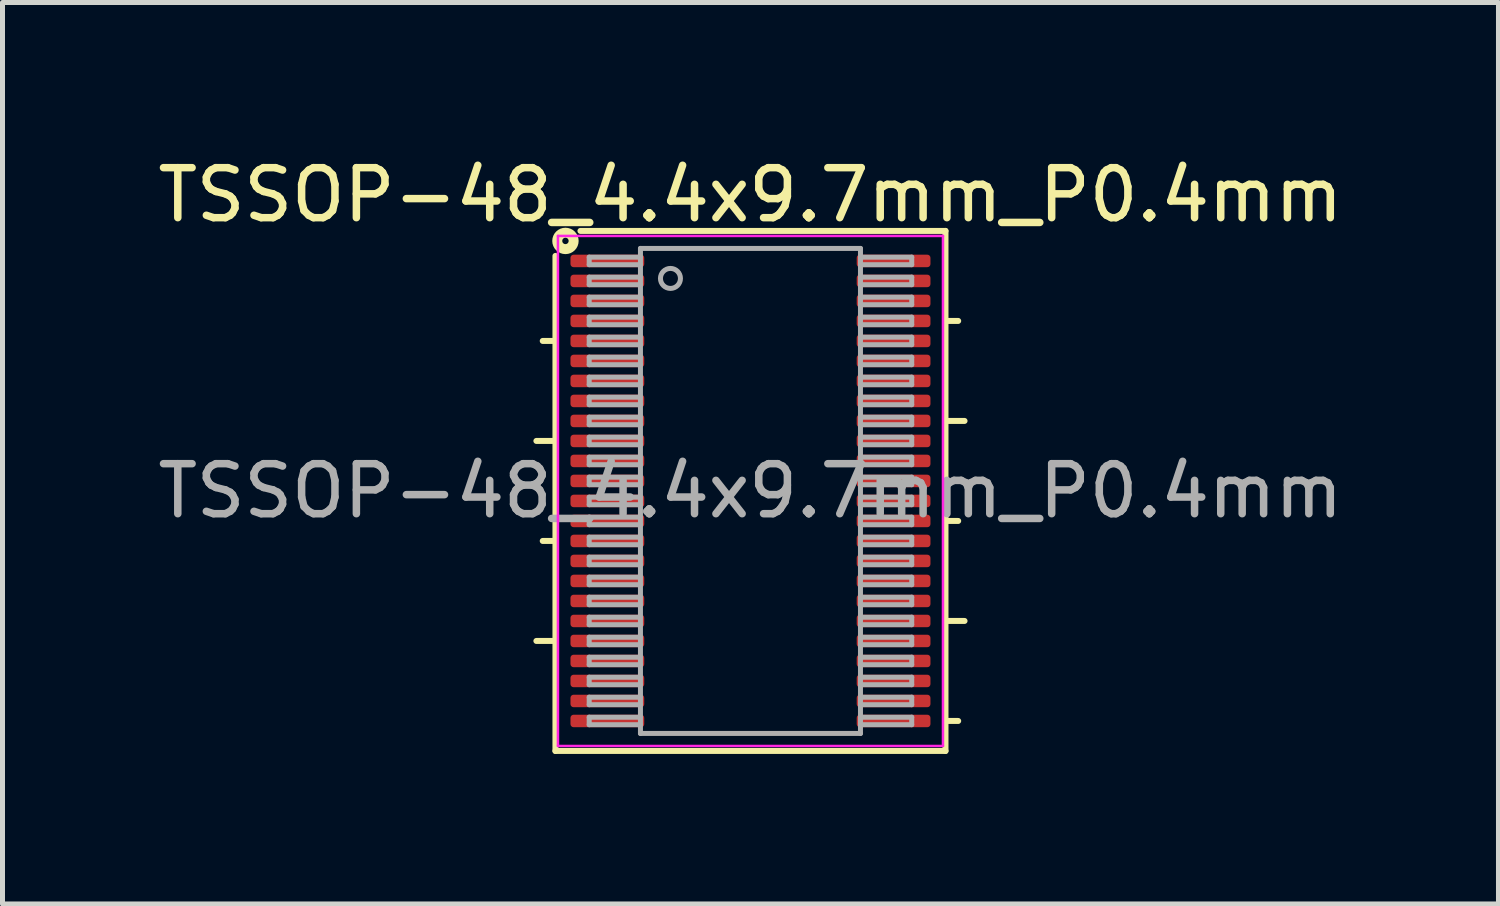
<source format=kicad_pcb>
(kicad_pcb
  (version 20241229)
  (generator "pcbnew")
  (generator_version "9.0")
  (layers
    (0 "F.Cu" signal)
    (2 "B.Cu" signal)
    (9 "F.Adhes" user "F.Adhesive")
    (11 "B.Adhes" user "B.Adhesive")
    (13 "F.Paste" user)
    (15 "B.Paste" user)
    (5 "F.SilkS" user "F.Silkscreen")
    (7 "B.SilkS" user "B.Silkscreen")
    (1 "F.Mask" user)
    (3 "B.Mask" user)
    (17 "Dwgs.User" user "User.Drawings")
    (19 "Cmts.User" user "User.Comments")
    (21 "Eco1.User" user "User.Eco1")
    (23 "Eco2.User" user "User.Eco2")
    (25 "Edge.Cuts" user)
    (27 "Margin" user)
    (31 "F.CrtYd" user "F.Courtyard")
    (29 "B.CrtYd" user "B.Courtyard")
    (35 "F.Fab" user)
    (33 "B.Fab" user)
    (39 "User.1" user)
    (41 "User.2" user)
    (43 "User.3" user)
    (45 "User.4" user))
  (footprint "TSSOP-48_4.4x9.7mm_P0.4mm"
    (layer "F.Cu")
    (at 11.958 6.768)
    (property "Reference" "TSSOP-48_4.4x9.7mm_P0.4mm" (at 0 -5.92 0) (layer "F.SilkS") (effects (font (size 1 1) (thickness 0.15))))
    (attr smd)
    (fp_line (start -4.281 -1) (end -3.9 -1) (stroke (width 0.12) (type solid)) (layer "F.SilkS"))
    (fp_line (start -4.281 3) (end -3.9 3) (stroke (width 0.12) (type solid)) (layer "F.SilkS"))
    (fp_line (start -4.154 -3) (end -3.9 -3) (stroke (width 0.12) (type solid)) (layer "F.SilkS"))
    (fp_line (start -4.154 1) (end -3.9 1) (stroke (width 0.12) (type solid)) (layer "F.SilkS"))
    (fp_line (start -3.9 -4.7) (end -3.9 5.2) (stroke (width 0.12) (type solid)) (layer "F.SilkS"))
    (fp_line (start -3.9 5.2) (end 3.9 5.2) (stroke (width 0.12) (type solid)) (layer "F.SilkS"))
    (fp_line (start 3.9 -5.2) (end -3.4 -5.2) (stroke (width 0.12) (type solid)) (layer "F.SilkS"))
    (fp_line (start 3.9 -3.4) (end 4.154 -3.4) (stroke (width 0.12) (type solid)) (layer "F.SilkS"))
    (fp_line (start 3.9 -1.4) (end 4.281 -1.4) (stroke (width 0.12) (type solid)) (layer "F.SilkS"))
    (fp_line (start 3.9 0.6) (end 4.154 0.6) (stroke (width 0.12) (type solid)) (layer "F.SilkS"))
    (fp_line (start 3.9 2.6) (end 4.281 2.6) (stroke (width 0.12) (type solid)) (layer "F.SilkS"))
    (fp_line (start 3.9 4.6) (end 4.154 4.6) (stroke (width 0.12) (type solid)) (layer "F.SilkS"))
    (fp_line (start 3.9 5.2) (end 3.9 -5.2) (stroke (width 0.12) (type solid)) (layer "F.SilkS"))
    (fp_circle (center -3.7 -5) (end -3.636 -5) (stroke (width 0.2) (type solid)) (fill no) (layer "F.SilkS"))
    (fp_line (start -3.85 -5.1) (end -3.85 5.1) (stroke (width 0.05) (type solid)) (layer "F.CrtYd"))
    (fp_line (start -3.85 5.1) (end 3.85 5.1) (stroke (width 0.05) (type solid)) (layer "F.CrtYd"))
    (fp_line (start 3.85 -5.1) (end -3.85 -5.1) (stroke (width 0.05) (type solid)) (layer "F.CrtYd"))
    (fp_line (start 3.85 5.1) (end 3.85 -5.1) (stroke (width 0.05) (type solid)) (layer "F.CrtYd"))
    (fp_line (start -3.225 -4.675) (end -3.225 -4.525) (stroke (width 0.1) (type solid)) (layer "F.Fab"))
    (fp_line (start -3.225 -4.525) (end -2.2 -4.525) (stroke (width 0.1) (type solid)) (layer "F.Fab"))
    (fp_line (start -3.225 -4.275) (end -3.225 -4.125) (stroke (width 0.1) (type solid)) (layer "F.Fab"))
    (fp_line (start -3.225 -4.125) (end -2.2 -4.125) (stroke (width 0.1) (type solid)) (layer "F.Fab"))
    (fp_line (start -3.225 -3.875) (end -3.225 -3.725) (stroke (width 0.1) (type solid)) (layer "F.Fab"))
    (fp_line (start -3.225 -3.725) (end -2.2 -3.725) (stroke (width 0.1) (type solid)) (layer "F.Fab"))
    (fp_line (start -3.225 -3.475) (end -3.225 -3.325) (stroke (width 0.1) (type solid)) (layer "F.Fab"))
    (fp_line (start -3.225 -3.325) (end -2.2 -3.325) (stroke (width 0.1) (type solid)) (layer "F.Fab"))
    (fp_line (start -3.225 -3.075) (end -3.225 -2.925) (stroke (width 0.1) (type solid)) (layer "F.Fab"))
    (fp_line (start -3.225 -2.925) (end -2.2 -2.925) (stroke (width 0.1) (type solid)) (layer "F.Fab"))
    (fp_line (start -3.225 -2.675) (end -3.225 -2.525) (stroke (width 0.1) (type solid)) (layer "F.Fab"))
    (fp_line (start -3.225 -2.525) (end -2.2 -2.525) (stroke (width 0.1) (type solid)) (layer "F.Fab"))
    (fp_line (start -3.225 -2.275) (end -3.225 -2.125) (stroke (width 0.1) (type solid)) (layer "F.Fab"))
    (fp_line (start -3.225 -2.125) (end -2.2 -2.125) (stroke (width 0.1) (type solid)) (layer "F.Fab"))
    (fp_line (start -3.225 -1.875) (end -3.225 -1.725) (stroke (width 0.1) (type solid)) (layer "F.Fab"))
    (fp_line (start -3.225 -1.725) (end -2.2 -1.725) (stroke (width 0.1) (type solid)) (layer "F.Fab"))
    (fp_line (start -3.225 -1.475) (end -3.225 -1.325) (stroke (width 0.1) (type solid)) (layer "F.Fab"))
    (fp_line (start -3.225 -1.325) (end -2.2 -1.325) (stroke (width 0.1) (type solid)) (layer "F.Fab"))
    (fp_line (start -3.225 -1.075) (end -3.225 -0.925) (stroke (width 0.1) (type solid)) (layer "F.Fab"))
    (fp_line (start -3.225 -0.925) (end -2.2 -0.925) (stroke (width 0.1) (type solid)) (layer "F.Fab"))
    (fp_line (start -3.225 -0.675) (end -3.225 -0.525) (stroke (width 0.1) (type solid)) (layer "F.Fab"))
    (fp_line (start -3.225 -0.525) (end -2.2 -0.525) (stroke (width 0.1) (type solid)) (layer "F.Fab"))
    (fp_line (start -3.225 -0.275) (end -3.225 -0.125) (stroke (width 0.1) (type solid)) (layer "F.Fab"))
    (fp_line (start -3.225 -0.125) (end -2.2 -0.125) (stroke (width 0.1) (type solid)) (layer "F.Fab"))
    (fp_line (start -3.225 0.125) (end -3.225 0.275) (stroke (width 0.1) (type solid)) (layer "F.Fab"))
    (fp_line (start -3.225 0.275) (end -2.2 0.275) (stroke (width 0.1) (type solid)) (layer "F.Fab"))
    (fp_line (start -3.225 0.525) (end -3.225 0.675) (stroke (width 0.1) (type solid)) (layer "F.Fab"))
    (fp_line (start -3.225 0.675) (end -2.2 0.675) (stroke (width 0.1) (type solid)) (layer "F.Fab"))
    (fp_line (start -3.225 0.925) (end -3.225 1.075) (stroke (width 0.1) (type solid)) (layer "F.Fab"))
    (fp_line (start -3.225 1.075) (end -2.2 1.075) (stroke (width 0.1) (type solid)) (layer "F.Fab"))
    (fp_line (start -3.225 1.325) (end -3.225 1.475) (stroke (width 0.1) (type solid)) (layer "F.Fab"))
    (fp_line (start -3.225 1.475) (end -2.2 1.475) (stroke (width 0.1) (type solid)) (layer "F.Fab"))
    (fp_line (start -3.225 1.725) (end -3.225 1.875) (stroke (width 0.1) (type solid)) (layer "F.Fab"))
    (fp_line (start -3.225 1.875) (end -2.2 1.875) (stroke (width 0.1) (type solid)) (layer "F.Fab"))
    (fp_line (start -3.225 2.125) (end -3.225 2.275) (stroke (width 0.1) (type solid)) (layer "F.Fab"))
    (fp_line (start -3.225 2.275) (end -2.2 2.275) (stroke (width 0.1) (type solid)) (layer "F.Fab"))
    (fp_line (start -3.225 2.525) (end -3.225 2.675) (stroke (width 0.1) (type solid)) (layer "F.Fab"))
    (fp_line (start -3.225 2.675) (end -2.2 2.675) (stroke (width 0.1) (type solid)) (layer "F.Fab"))
    (fp_line (start -3.225 2.925) (end -3.225 3.075) (stroke (width 0.1) (type solid)) (layer "F.Fab"))
    (fp_line (start -3.225 3.075) (end -2.2 3.075) (stroke (width 0.1) (type solid)) (layer "F.Fab"))
    (fp_line (start -3.225 3.325) (end -3.225 3.475) (stroke (width 0.1) (type solid)) (layer "F.Fab"))
    (fp_line (start -3.225 3.475) (end -2.2 3.475) (stroke (width 0.1) (type solid)) (layer "F.Fab"))
    (fp_line (start -3.225 3.725) (end -3.225 3.875) (stroke (width 0.1) (type solid)) (layer "F.Fab"))
    (fp_line (start -3.225 3.875) (end -2.2 3.875) (stroke (width 0.1) (type solid)) (layer "F.Fab"))
    (fp_line (start -3.225 4.125) (end -3.225 4.275) (stroke (width 0.1) (type solid)) (layer "F.Fab"))
    (fp_line (start -3.225 4.275) (end -2.2 4.275) (stroke (width 0.1) (type solid)) (layer "F.Fab"))
    (fp_line (start -3.225 4.525) (end -3.225 4.675) (stroke (width 0.1) (type solid)) (layer "F.Fab"))
    (fp_line (start -3.225 4.675) (end -2.2 4.675) (stroke (width 0.1) (type solid)) (layer "F.Fab"))
    (fp_line (start -2.2 -4.85) (end 2.2 -4.85) (stroke (width 0.1) (type solid)) (layer "F.Fab"))
    (fp_line (start -2.2 -4.675) (end -3.225 -4.675) (stroke (width 0.1) (type solid)) (layer "F.Fab"))
    (fp_line (start -2.2 -4.275) (end -3.225 -4.275) (stroke (width 0.1) (type solid)) (layer "F.Fab"))
    (fp_line (start -2.2 -3.875) (end -3.225 -3.875) (stroke (width 0.1) (type solid)) (layer "F.Fab"))
    (fp_line (start -2.2 -3.475) (end -3.225 -3.475) (stroke (width 0.1) (type solid)) (layer "F.Fab"))
    (fp_line (start -2.2 -3.075) (end -3.225 -3.075) (stroke (width 0.1) (type solid)) (layer "F.Fab"))
    (fp_line (start -2.2 -2.675) (end -3.225 -2.675) (stroke (width 0.1) (type solid)) (layer "F.Fab"))
    (fp_line (start -2.2 -2.275) (end -3.225 -2.275) (stroke (width 0.1) (type solid)) (layer "F.Fab"))
    (fp_line (start -2.2 -1.875) (end -3.225 -1.875) (stroke (width 0.1) (type solid)) (layer "F.Fab"))
    (fp_line (start -2.2 -1.475) (end -3.225 -1.475) (stroke (width 0.1) (type solid)) (layer "F.Fab"))
    (fp_line (start -2.2 -1.075) (end -3.225 -1.075) (stroke (width 0.1) (type solid)) (layer "F.Fab"))
    (fp_line (start -2.2 -0.675) (end -3.225 -0.675) (stroke (width 0.1) (type solid)) (layer "F.Fab"))
    (fp_line (start -2.2 -0.275) (end -3.225 -0.275) (stroke (width 0.1) (type solid)) (layer "F.Fab"))
    (fp_line (start -2.2 0.125) (end -3.225 0.125) (stroke (width 0.1) (type solid)) (layer "F.Fab"))
    (fp_line (start -2.2 0.525) (end -3.225 0.525) (stroke (width 0.1) (type solid)) (layer "F.Fab"))
    (fp_line (start -2.2 0.925) (end -3.225 0.925) (stroke (width 0.1) (type solid)) (layer "F.Fab"))
    (fp_line (start -2.2 1.325) (end -3.225 1.325) (stroke (width 0.1) (type solid)) (layer "F.Fab"))
    (fp_line (start -2.2 1.725) (end -3.225 1.725) (stroke (width 0.1) (type solid)) (layer "F.Fab"))
    (fp_line (start -2.2 2.125) (end -3.225 2.125) (stroke (width 0.1) (type solid)) (layer "F.Fab"))
    (fp_line (start -2.2 2.525) (end -3.225 2.525) (stroke (width 0.1) (type solid)) (layer "F.Fab"))
    (fp_line (start -2.2 2.925) (end -3.225 2.925) (stroke (width 0.1) (type solid)) (layer "F.Fab"))
    (fp_line (start -2.2 3.325) (end -3.225 3.325) (stroke (width 0.1) (type solid)) (layer "F.Fab"))
    (fp_line (start -2.2 3.725) (end -3.225 3.725) (stroke (width 0.1) (type solid)) (layer "F.Fab"))
    (fp_line (start -2.2 4.125) (end -3.225 4.125) (stroke (width 0.1) (type solid)) (layer "F.Fab"))
    (fp_line (start -2.2 4.525) (end -3.225 4.525) (stroke (width 0.1) (type solid)) (layer "F.Fab"))
    (fp_line (start -2.2 4.85) (end -2.2 -4.85) (stroke (width 0.1) (type solid)) (layer "F.Fab"))
    (fp_line (start 2.2 -4.85) (end 2.2 4.85) (stroke (width 0.1) (type solid)) (layer "F.Fab"))
    (fp_line (start 2.2 -4.525) (end 3.225 -4.525) (stroke (width 0.1) (type solid)) (layer "F.Fab"))
    (fp_line (start 2.2 -4.125) (end 3.225 -4.125) (stroke (width 0.1) (type solid)) (layer "F.Fab"))
    (fp_line (start 2.2 -3.725) (end 3.225 -3.725) (stroke (width 0.1) (type solid)) (layer "F.Fab"))
    (fp_line (start 2.2 -3.325) (end 3.225 -3.325) (stroke (width 0.1) (type solid)) (layer "F.Fab"))
    (fp_line (start 2.2 -2.925) (end 3.225 -2.925) (stroke (width 0.1) (type solid)) (layer "F.Fab"))
    (fp_line (start 2.2 -2.525) (end 3.225 -2.525) (stroke (width 0.1) (type solid)) (layer "F.Fab"))
    (fp_line (start 2.2 -2.125) (end 3.225 -2.125) (stroke (width 0.1) (type solid)) (layer "F.Fab"))
    (fp_line (start 2.2 -1.725) (end 3.225 -1.725) (stroke (width 0.1) (type solid)) (layer "F.Fab"))
    (fp_line (start 2.2 -1.325) (end 3.225 -1.325) (stroke (width 0.1) (type solid)) (layer "F.Fab"))
    (fp_line (start 2.2 -0.925) (end 3.225 -0.925) (stroke (width 0.1) (type solid)) (layer "F.Fab"))
    (fp_line (start 2.2 -0.525) (end 3.225 -0.525) (stroke (width 0.1) (type solid)) (layer "F.Fab"))
    (fp_line (start 2.2 -0.125) (end 3.225 -0.125) (stroke (width 0.1) (type solid)) (layer "F.Fab"))
    (fp_line (start 2.2 0.275) (end 3.225 0.275) (stroke (width 0.1) (type solid)) (layer "F.Fab"))
    (fp_line (start 2.2 0.675) (end 3.225 0.675) (stroke (width 0.1) (type solid)) (layer "F.Fab"))
    (fp_line (start 2.2 1.075) (end 3.225 1.075) (stroke (width 0.1) (type solid)) (layer "F.Fab"))
    (fp_line (start 2.2 1.475) (end 3.225 1.475) (stroke (width 0.1) (type solid)) (layer "F.Fab"))
    (fp_line (start 2.2 1.875) (end 3.225 1.875) (stroke (width 0.1) (type solid)) (layer "F.Fab"))
    (fp_line (start 2.2 2.275) (end 3.225 2.275) (stroke (width 0.1) (type solid)) (layer "F.Fab"))
    (fp_line (start 2.2 2.675) (end 3.225 2.675) (stroke (width 0.1) (type solid)) (layer "F.Fab"))
    (fp_line (start 2.2 3.075) (end 3.225 3.075) (stroke (width 0.1) (type solid)) (layer "F.Fab"))
    (fp_line (start 2.2 3.475) (end 3.225 3.475) (stroke (width 0.1) (type solid)) (layer "F.Fab"))
    (fp_line (start 2.2 3.875) (end 3.225 3.875) (stroke (width 0.1) (type solid)) (layer "F.Fab"))
    (fp_line (start 2.2 4.275) (end 3.225 4.275) (stroke (width 0.1) (type solid)) (layer "F.Fab"))
    (fp_line (start 2.2 4.675) (end 3.225 4.675) (stroke (width 0.1) (type solid)) (layer "F.Fab"))
    (fp_line (start 2.2 4.85) (end -2.2 4.85) (stroke (width 0.1) (type solid)) (layer "F.Fab"))
    (fp_line (start 3.225 -4.675) (end 2.2 -4.675) (stroke (width 0.1) (type solid)) (layer "F.Fab"))
    (fp_line (start 3.225 -4.525) (end 3.225 -4.675) (stroke (width 0.1) (type solid)) (layer "F.Fab"))
    (fp_line (start 3.225 -4.275) (end 2.2 -4.275) (stroke (width 0.1) (type solid)) (layer "F.Fab"))
    (fp_line (start 3.225 -4.125) (end 3.225 -4.275) (stroke (width 0.1) (type solid)) (layer "F.Fab"))
    (fp_line (start 3.225 -3.875) (end 2.2 -3.875) (stroke (width 0.1) (type solid)) (layer "F.Fab"))
    (fp_line (start 3.225 -3.725) (end 3.225 -3.875) (stroke (width 0.1) (type solid)) (layer "F.Fab"))
    (fp_line (start 3.225 -3.475) (end 2.2 -3.475) (stroke (width 0.1) (type solid)) (layer "F.Fab"))
    (fp_line (start 3.225 -3.325) (end 3.225 -3.475) (stroke (width 0.1) (type solid)) (layer "F.Fab"))
    (fp_line (start 3.225 -3.075) (end 2.2 -3.075) (stroke (width 0.1) (type solid)) (layer "F.Fab"))
    (fp_line (start 3.225 -2.925) (end 3.225 -3.075) (stroke (width 0.1) (type solid)) (layer "F.Fab"))
    (fp_line (start 3.225 -2.675) (end 2.2 -2.675) (stroke (width 0.1) (type solid)) (layer "F.Fab"))
    (fp_line (start 3.225 -2.525) (end 3.225 -2.675) (stroke (width 0.1) (type solid)) (layer "F.Fab"))
    (fp_line (start 3.225 -2.275) (end 2.2 -2.275) (stroke (width 0.1) (type solid)) (layer "F.Fab"))
    (fp_line (start 3.225 -2.125) (end 3.225 -2.275) (stroke (width 0.1) (type solid)) (layer "F.Fab"))
    (fp_line (start 3.225 -1.875) (end 2.2 -1.875) (stroke (width 0.1) (type solid)) (layer "F.Fab"))
    (fp_line (start 3.225 -1.725) (end 3.225 -1.875) (stroke (width 0.1) (type solid)) (layer "F.Fab"))
    (fp_line (start 3.225 -1.475) (end 2.2 -1.475) (stroke (width 0.1) (type solid)) (layer "F.Fab"))
    (fp_line (start 3.225 -1.325) (end 3.225 -1.475) (stroke (width 0.1) (type solid)) (layer "F.Fab"))
    (fp_line (start 3.225 -1.075) (end 2.2 -1.075) (stroke (width 0.1) (type solid)) (layer "F.Fab"))
    (fp_line (start 3.225 -0.925) (end 3.225 -1.075) (stroke (width 0.1) (type solid)) (layer "F.Fab"))
    (fp_line (start 3.225 -0.675) (end 2.2 -0.675) (stroke (width 0.1) (type solid)) (layer "F.Fab"))
    (fp_line (start 3.225 -0.525) (end 3.225 -0.675) (stroke (width 0.1) (type solid)) (layer "F.Fab"))
    (fp_line (start 3.225 -0.275) (end 2.2 -0.275) (stroke (width 0.1) (type solid)) (layer "F.Fab"))
    (fp_line (start 3.225 -0.125) (end 3.225 -0.275) (stroke (width 0.1) (type solid)) (layer "F.Fab"))
    (fp_line (start 3.225 0.125) (end 2.2 0.125) (stroke (width 0.1) (type solid)) (layer "F.Fab"))
    (fp_line (start 3.225 0.275) (end 3.225 0.125) (stroke (width 0.1) (type solid)) (layer "F.Fab"))
    (fp_line (start 3.225 0.525) (end 2.2 0.525) (stroke (width 0.1) (type solid)) (layer "F.Fab"))
    (fp_line (start 3.225 0.675) (end 3.225 0.525) (stroke (width 0.1) (type solid)) (layer "F.Fab"))
    (fp_line (start 3.225 0.925) (end 2.2 0.925) (stroke (width 0.1) (type solid)) (layer "F.Fab"))
    (fp_line (start 3.225 1.075) (end 3.225 0.925) (stroke (width 0.1) (type solid)) (layer "F.Fab"))
    (fp_line (start 3.225 1.325) (end 2.2 1.325) (stroke (width 0.1) (type solid)) (layer "F.Fab"))
    (fp_line (start 3.225 1.475) (end 3.225 1.325) (stroke (width 0.1) (type solid)) (layer "F.Fab"))
    (fp_line (start 3.225 1.725) (end 2.2 1.725) (stroke (width 0.1) (type solid)) (layer "F.Fab"))
    (fp_line (start 3.225 1.875) (end 3.225 1.725) (stroke (width 0.1) (type solid)) (layer "F.Fab"))
    (fp_line (start 3.225 2.125) (end 2.2 2.125) (stroke (width 0.1) (type solid)) (layer "F.Fab"))
    (fp_line (start 3.225 2.275) (end 3.225 2.125) (stroke (width 0.1) (type solid)) (layer "F.Fab"))
    (fp_line (start 3.225 2.525) (end 2.2 2.525) (stroke (width 0.1) (type solid)) (layer "F.Fab"))
    (fp_line (start 3.225 2.675) (end 3.225 2.525) (stroke (width 0.1) (type solid)) (layer "F.Fab"))
    (fp_line (start 3.225 2.925) (end 2.2 2.925) (stroke (width 0.1) (type solid)) (layer "F.Fab"))
    (fp_line (start 3.225 3.075) (end 3.225 2.925) (stroke (width 0.1) (type solid)) (layer "F.Fab"))
    (fp_line (start 3.225 3.325) (end 2.2 3.325) (stroke (width 0.1) (type solid)) (layer "F.Fab"))
    (fp_line (start 3.225 3.475) (end 3.225 3.325) (stroke (width 0.1) (type solid)) (layer "F.Fab"))
    (fp_line (start 3.225 3.725) (end 2.2 3.725) (stroke (width 0.1) (type solid)) (layer "F.Fab"))
    (fp_line (start 3.225 3.875) (end 3.225 3.725) (stroke (width 0.1) (type solid)) (layer "F.Fab"))
    (fp_line (start 3.225 4.125) (end 2.2 4.125) (stroke (width 0.1) (type solid)) (layer "F.Fab"))
    (fp_line (start 3.225 4.275) (end 3.225 4.125) (stroke (width 0.1) (type solid)) (layer "F.Fab"))
    (fp_line (start 3.225 4.525) (end 2.2 4.525) (stroke (width 0.1) (type solid)) (layer "F.Fab"))
    (fp_line (start 3.225 4.675) (end 3.225 4.525) (stroke (width 0.1) (type solid)) (layer "F.Fab"))
    (fp_circle (center -1.6 -4.25) (end -1.4 -4.25) (stroke (width 0.1) (type solid)) (fill no) (layer "F.Fab"))
    (fp_text user "${REFERENCE}" (at 0 0 0) (layer "F.Fab") (effects (font (size 1 1) (thickness 0.15))))
    (pad "1" smd roundrect (at -2.862 -4.6) (size 1.475 0.25) (layers "F.Cu" "F.Mask" "F.Paste") (roundrect_rratio 0.25))
    (pad "2" smd roundrect (at -2.862 -4.2) (size 1.475 0.25) (layers "F.Cu" "F.Mask" "F.Paste") (roundrect_rratio 0.25))
    (pad "3" smd roundrect (at -2.862 -3.8) (size 1.475 0.25) (layers "F.Cu" "F.Mask" "F.Paste") (roundrect_rratio 0.25))
    (pad "4" smd roundrect (at -2.862 -3.4) (size 1.475 0.25) (layers "F.Cu" "F.Mask" "F.Paste") (roundrect_rratio 0.25))
    (pad "5" smd roundrect (at -2.862 -3) (size 1.475 0.25) (layers "F.Cu" "F.Mask" "F.Paste") (roundrect_rratio 0.25))
    (pad "6" smd roundrect (at -2.862 -2.6) (size 1.475 0.25) (layers "F.Cu" "F.Mask" "F.Paste") (roundrect_rratio 0.25))
    (pad "7" smd roundrect (at -2.862 -2.2) (size 1.475 0.25) (layers "F.Cu" "F.Mask" "F.Paste") (roundrect_rratio 0.25))
    (pad "8" smd roundrect (at -2.862 -1.8) (size 1.475 0.25) (layers "F.Cu" "F.Mask" "F.Paste") (roundrect_rratio 0.25))
    (pad "9" smd roundrect (at -2.862 -1.4) (size 1.475 0.25) (layers "F.Cu" "F.Mask" "F.Paste") (roundrect_rratio 0.25))
    (pad "10" smd roundrect (at -2.862 -1) (size 1.475 0.25) (layers "F.Cu" "F.Mask" "F.Paste") (roundrect_rratio 0.25))
    (pad "11" smd roundrect (at -2.862 -0.6) (size 1.475 0.25) (layers "F.Cu" "F.Mask" "F.Paste") (roundrect_rratio 0.25))
    (pad "12" smd roundrect (at -2.862 -0.2) (size 1.475 0.25) (layers "F.Cu" "F.Mask" "F.Paste") (roundrect_rratio 0.25))
    (pad "13" smd roundrect (at -2.862 0.2) (size 1.475 0.25) (layers "F.Cu" "F.Mask" "F.Paste") (roundrect_rratio 0.25))
    (pad "14" smd roundrect (at -2.862 0.6) (size 1.475 0.25) (layers "F.Cu" "F.Mask" "F.Paste") (roundrect_rratio 0.25))
    (pad "15" smd roundrect (at -2.862 1) (size 1.475 0.25) (layers "F.Cu" "F.Mask" "F.Paste") (roundrect_rratio 0.25))
    (pad "16" smd roundrect (at -2.862 1.4) (size 1.475 0.25) (layers "F.Cu" "F.Mask" "F.Paste") (roundrect_rratio 0.25))
    (pad "17" smd roundrect (at -2.862 1.8) (size 1.475 0.25) (layers "F.Cu" "F.Mask" "F.Paste") (roundrect_rratio 0.25))
    (pad "18" smd roundrect (at -2.862 2.2) (size 1.475 0.25) (layers "F.Cu" "F.Mask" "F.Paste") (roundrect_rratio 0.25))
    (pad "19" smd roundrect (at -2.862 2.6) (size 1.475 0.25) (layers "F.Cu" "F.Mask" "F.Paste") (roundrect_rratio 0.25))
    (pad "20" smd roundrect (at -2.862 3) (size 1.475 0.25) (layers "F.Cu" "F.Mask" "F.Paste") (roundrect_rratio 0.25))
    (pad "21" smd roundrect (at -2.862 3.4) (size 1.475 0.25) (layers "F.Cu" "F.Mask" "F.Paste") (roundrect_rratio 0.25))
    (pad "22" smd roundrect (at -2.862 3.8) (size 1.475 0.25) (layers "F.Cu" "F.Mask" "F.Paste") (roundrect_rratio 0.25))
    (pad "23" smd roundrect (at -2.862 4.2) (size 1.475 0.25) (layers "F.Cu" "F.Mask" "F.Paste") (roundrect_rratio 0.25))
    (pad "24" smd roundrect (at -2.862 4.6) (size 1.475 0.25) (layers "F.Cu" "F.Mask" "F.Paste") (roundrect_rratio 0.25))
    (pad "25" smd roundrect (at 2.862 4.6) (size 1.475 0.25) (layers "F.Cu" "F.Mask" "F.Paste") (roundrect_rratio 0.25))
    (pad "26" smd roundrect (at 2.862 4.2) (size 1.475 0.25) (layers "F.Cu" "F.Mask" "F.Paste") (roundrect_rratio 0.25))
    (pad "27" smd roundrect (at 2.862 3.8) (size 1.475 0.25) (layers "F.Cu" "F.Mask" "F.Paste") (roundrect_rratio 0.25))
    (pad "28" smd roundrect (at 2.862 3.4) (size 1.475 0.25) (layers "F.Cu" "F.Mask" "F.Paste") (roundrect_rratio 0.25))
    (pad "29" smd roundrect (at 2.862 3) (size 1.475 0.25) (layers "F.Cu" "F.Mask" "F.Paste") (roundrect_rratio 0.25))
    (pad "30" smd roundrect (at 2.862 2.6) (size 1.475 0.25) (layers "F.Cu" "F.Mask" "F.Paste") (roundrect_rratio 0.25))
    (pad "31" smd roundrect (at 2.862 2.2) (size 1.475 0.25) (layers "F.Cu" "F.Mask" "F.Paste") (roundrect_rratio 0.25))
    (pad "32" smd roundrect (at 2.862 1.8) (size 1.475 0.25) (layers "F.Cu" "F.Mask" "F.Paste") (roundrect_rratio 0.25))
    (pad "33" smd roundrect (at 2.862 1.4) (size 1.475 0.25) (layers "F.Cu" "F.Mask" "F.Paste") (roundrect_rratio 0.25))
    (pad "34" smd roundrect (at 2.862 1) (size 1.475 0.25) (layers "F.Cu" "F.Mask" "F.Paste") (roundrect_rratio 0.25))
    (pad "35" smd roundrect (at 2.862 0.6) (size 1.475 0.25) (layers "F.Cu" "F.Mask" "F.Paste") (roundrect_rratio 0.25))
    (pad "36" smd roundrect (at 2.862 0.2) (size 1.475 0.25) (layers "F.Cu" "F.Mask" "F.Paste") (roundrect_rratio 0.25))
    (pad "37" smd roundrect (at 2.862 -0.2) (size 1.475 0.25) (layers "F.Cu" "F.Mask" "F.Paste") (roundrect_rratio 0.25))
    (pad "38" smd roundrect (at 2.862 -0.6) (size 1.475 0.25) (layers "F.Cu" "F.Mask" "F.Paste") (roundrect_rratio 0.25))
    (pad "39" smd roundrect (at 2.862 -1) (size 1.475 0.25) (layers "F.Cu" "F.Mask" "F.Paste") (roundrect_rratio 0.25))
    (pad "40" smd roundrect (at 2.862 -1.4) (size 1.475 0.25) (layers "F.Cu" "F.Mask" "F.Paste") (roundrect_rratio 0.25))
    (pad "41" smd roundrect (at 2.862 -1.8) (size 1.475 0.25) (layers "F.Cu" "F.Mask" "F.Paste") (roundrect_rratio 0.25))
    (pad "42" smd roundrect (at 2.862 -2.2) (size 1.475 0.25) (layers "F.Cu" "F.Mask" "F.Paste") (roundrect_rratio 0.25))
    (pad "43" smd roundrect (at 2.862 -2.6) (size 1.475 0.25) (layers "F.Cu" "F.Mask" "F.Paste") (roundrect_rratio 0.25))
    (pad "44" smd roundrect (at 2.862 -3) (size 1.475 0.25) (layers "F.Cu" "F.Mask" "F.Paste") (roundrect_rratio 0.25))
    (pad "45" smd roundrect (at 2.862 -3.4) (size 1.475 0.25) (layers "F.Cu" "F.Mask" "F.Paste") (roundrect_rratio 0.25))
    (pad "46" smd roundrect (at 2.862 -3.8) (size 1.475 0.25) (layers "F.Cu" "F.Mask" "F.Paste") (roundrect_rratio 0.25))
    (pad "47" smd roundrect (at 2.862 -4.2) (size 1.475 0.25) (layers "F.Cu" "F.Mask" "F.Paste") (roundrect_rratio 0.25))
    (pad "48" smd roundrect (at 2.862 -4.6) (size 1.475 0.25) (layers "F.Cu" "F.Mask" "F.Paste") (roundrect_rratio 0.25)))
  (gr_rect
    (start -3 -3)
    (end 26.917 15.028)
    (stroke (width 0.1) (type default))
    (fill no)
    (layer "Edge.Cuts")))
</source>
